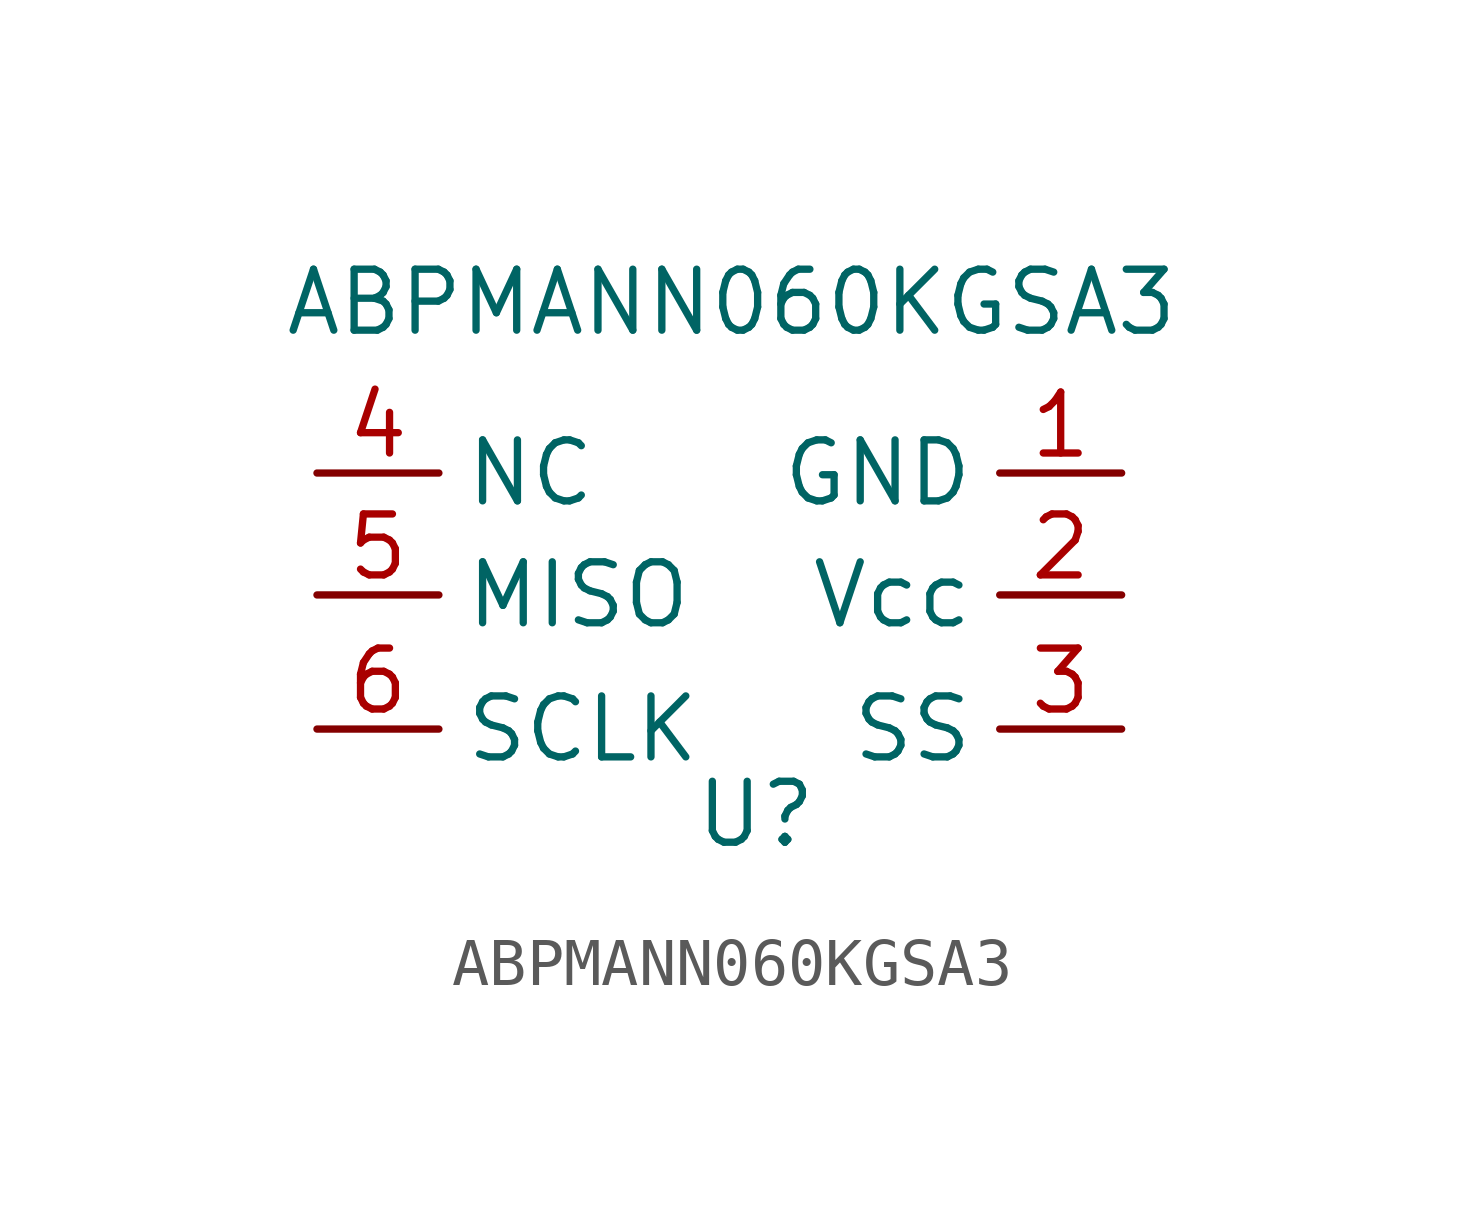
<source format=kicad_sym>
(kicad_symbol_lib
  (version 20200126)
  (host kicad_symbol_editor "(5.99.0-2415-gbbdd3fce7)")
  (symbol "Sensor_Gas:ABPMANN060KGSA3"
    (property "Reference" "U"
      (at -10.922 0.254 0)
      (effects (font (size 1.27 1.27))))
    (property "Value" "ABPMANN060KGSA3"
      (at -11.43 10.922 0)
      (effects (font (size 1.27 1.27))))
    (symbol "ABPMANN060KGSA3_1_1"
      (pin input line (at -3.302 7.366 180) (length 2.54) (name "GND" (effects (font (size 1.27 1.27)))) (number "1" (effects (font (size 1.27 1.27)))))
      (pin input line (at -3.302 4.826 180) (length 2.54) (name "Vcc" (effects (font (size 1.27 1.27)))) (number "2" (effects (font (size 1.27 1.27)))))
      (pin input line (at -3.302 2.032 180) (length 2.54) (name "SS" (effects (font (size 1.27 1.27)))) (number "3" (effects (font (size 1.27 1.27)))))
      (pin input line (at -20.066 7.366 0) (length 2.54) (name "NC" (effects (font (size 1.27 1.27)))) (number "4" (effects (font (size 1.27 1.27)))))
      (pin input line (at -20.066 4.826 0) (length 2.54) (name "MISO" (effects (font (size 1.27 1.27)))) (number "5" (effects (font (size 1.27 1.27)))))
      (pin input line (at -20.066 2.032 0) (length 2.54) (name "SCLK" (effects (font (size 1.27 1.27)))) (number "6" (effects (font (size 1.27 1.27))))))))
</source>
